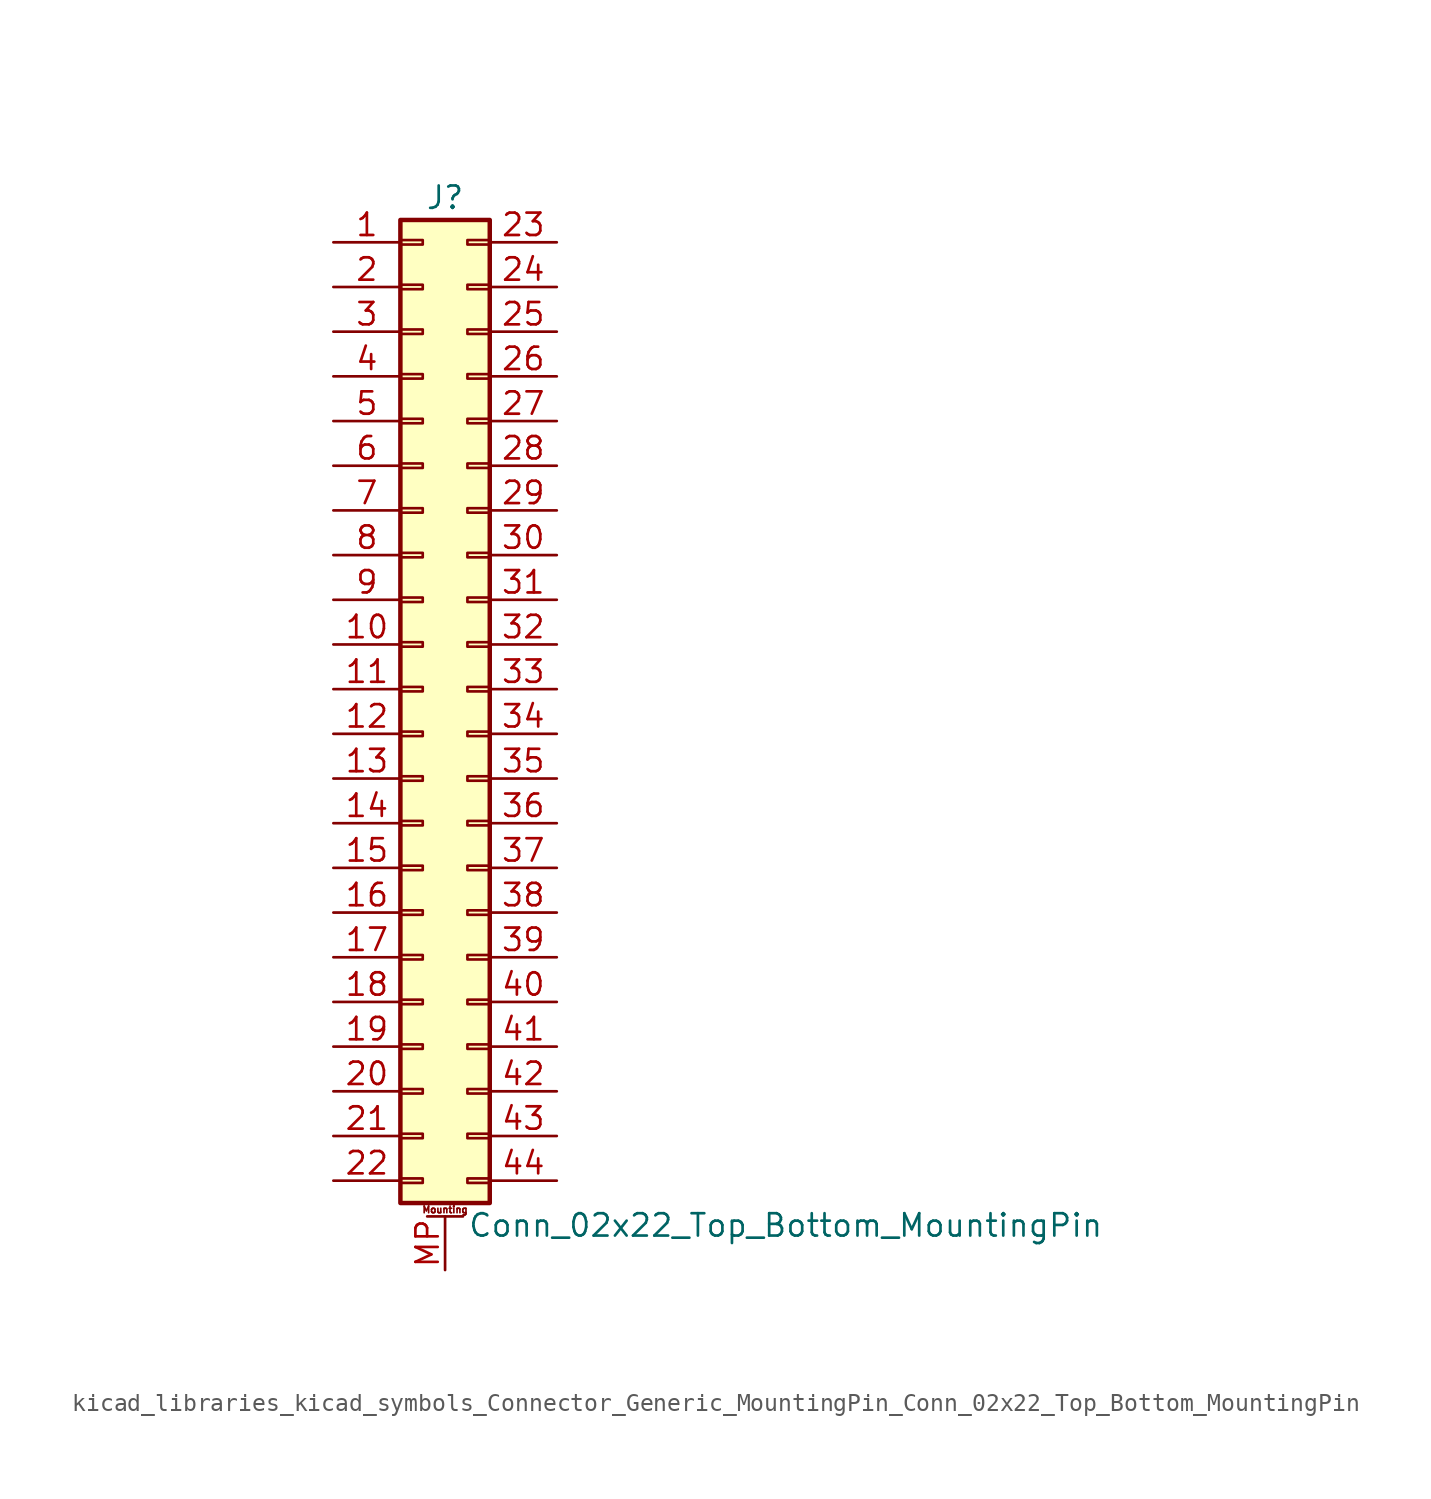
<source format=kicad_sym>
(kicad_symbol_lib
  (version 20220914)
  (generator kicad_symbol_editor)
  (symbol "kicad_libraries_kicad_symbols_Connector_Generic_MountingPin_Conn_02x22_Top_Bottom_MountingPin"
    (pin_names
      (offset 1.016) hide)
    (property "Reference" "J"
      (at 1.27 27.94 0)
      (effects (font (size 1.27 1.27))))
    (property "Value" "Conn_02x22_Top_Bottom_MountingPin"
      (at 2.54 -30.48 0)
      (effects (font (size 1.27 1.27)) (justify left)))
    (symbol "kicad_libraries_kicad_symbols_Connector_Generic_MountingPin_Conn_02x22_Top_Bottom_MountingPin_1_1"
      (rectangle (start -1.27 -27.813) (end 0 -28.067) (stroke (width 0.152) (type default)) (fill (type none)))
      (rectangle (start -1.27 -25.273) (end 0 -25.527) (stroke (width 0.152) (type default)) (fill (type none)))
      (rectangle (start -1.27 -22.733) (end 0 -22.987) (stroke (width 0.152) (type default)) (fill (type none)))
      (rectangle (start -1.27 -20.193) (end 0 -20.447) (stroke (width 0.152) (type default)) (fill (type none)))
      (rectangle (start -1.27 -17.653) (end 0 -17.907) (stroke (width 0.152) (type default)) (fill (type none)))
      (rectangle (start -1.27 -15.113) (end 0 -15.367) (stroke (width 0.152) (type default)) (fill (type none)))
      (rectangle (start -1.27 -12.573) (end 0 -12.827) (stroke (width 0.152) (type default)) (fill (type none)))
      (rectangle (start -1.27 -10.033) (end 0 -10.287) (stroke (width 0.152) (type default)) (fill (type none)))
      (rectangle (start -1.27 -7.493) (end 0 -7.747) (stroke (width 0.152) (type default)) (fill (type none)))
      (rectangle (start -1.27 -4.953) (end 0 -5.207) (stroke (width 0.152) (type default)) (fill (type none)))
      (rectangle (start -1.27 -2.413) (end 0 -2.667) (stroke (width 0.152) (type default)) (fill (type none)))
      (rectangle (start -1.27 0.127) (end 0 -0.127) (stroke (width 0.152) (type default)) (fill (type none)))
      (rectangle (start -1.27 2.667) (end 0 2.413) (stroke (width 0.152) (type default)) (fill (type none)))
      (rectangle (start -1.27 5.207) (end 0 4.953) (stroke (width 0.152) (type default)) (fill (type none)))
      (rectangle (start -1.27 7.747) (end 0 7.493) (stroke (width 0.152) (type default)) (fill (type none)))
      (rectangle (start -1.27 10.287) (end 0 10.033) (stroke (width 0.152) (type default)) (fill (type none)))
      (rectangle (start -1.27 12.827) (end 0 12.573) (stroke (width 0.152) (type default)) (fill (type none)))
      (rectangle (start -1.27 15.367) (end 0 15.113) (stroke (width 0.152) (type default)) (fill (type none)))
      (rectangle (start -1.27 17.907) (end 0 17.653) (stroke (width 0.152) (type default)) (fill (type none)))
      (rectangle (start -1.27 20.447) (end 0 20.193) (stroke (width 0.152) (type default)) (fill (type none)))
      (rectangle (start -1.27 22.987) (end 0 22.733) (stroke (width 0.152) (type default)) (fill (type none)))
      (rectangle (start -1.27 25.527) (end 0 25.273) (stroke (width 0.152) (type default)) (fill (type none)))
      (rectangle (start -1.27 26.67) (end 3.81 -29.21) (stroke (width 0.254) (type default)) (fill (type background)))
      (polyline (pts (xy 0.254 -29.972) (xy 2.286 -29.972)) (stroke (width 0.152) (type default)) (fill (type none)))
      (rectangle (start 3.81 -27.813) (end 2.54 -28.067) (stroke (width 0.152) (type default)) (fill (type none)))
      (rectangle (start 3.81 -25.273) (end 2.54 -25.527) (stroke (width 0.152) (type default)) (fill (type none)))
      (rectangle (start 3.81 -22.733) (end 2.54 -22.987) (stroke (width 0.152) (type default)) (fill (type none)))
      (rectangle (start 3.81 -20.193) (end 2.54 -20.447) (stroke (width 0.152) (type default)) (fill (type none)))
      (rectangle (start 3.81 -17.653) (end 2.54 -17.907) (stroke (width 0.152) (type default)) (fill (type none)))
      (rectangle (start 3.81 -15.113) (end 2.54 -15.367) (stroke (width 0.152) (type default)) (fill (type none)))
      (rectangle (start 3.81 -12.573) (end 2.54 -12.827) (stroke (width 0.152) (type default)) (fill (type none)))
      (rectangle (start 3.81 -10.033) (end 2.54 -10.287) (stroke (width 0.152) (type default)) (fill (type none)))
      (rectangle (start 3.81 -7.493) (end 2.54 -7.747) (stroke (width 0.152) (type default)) (fill (type none)))
      (rectangle (start 3.81 -4.953) (end 2.54 -5.207) (stroke (width 0.152) (type default)) (fill (type none)))
      (rectangle (start 3.81 -2.413) (end 2.54 -2.667) (stroke (width 0.152) (type default)) (fill (type none)))
      (rectangle (start 3.81 0.127) (end 2.54 -0.127) (stroke (width 0.152) (type default)) (fill (type none)))
      (rectangle (start 3.81 2.667) (end 2.54 2.413) (stroke (width 0.152) (type default)) (fill (type none)))
      (rectangle (start 3.81 5.207) (end 2.54 4.953) (stroke (width 0.152) (type default)) (fill (type none)))
      (rectangle (start 3.81 7.747) (end 2.54 7.493) (stroke (width 0.152) (type default)) (fill (type none)))
      (rectangle (start 3.81 10.287) (end 2.54 10.033) (stroke (width 0.152) (type default)) (fill (type none)))
      (rectangle (start 3.81 12.827) (end 2.54 12.573) (stroke (width 0.152) (type default)) (fill (type none)))
      (rectangle (start 3.81 15.367) (end 2.54 15.113) (stroke (width 0.152) (type default)) (fill (type none)))
      (rectangle (start 3.81 17.907) (end 2.54 17.653) (stroke (width 0.152) (type default)) (fill (type none)))
      (rectangle (start 3.81 20.447) (end 2.54 20.193) (stroke (width 0.152) (type default)) (fill (type none)))
      (rectangle (start 3.81 22.987) (end 2.54 22.733) (stroke (width 0.152) (type default)) (fill (type none)))
      (rectangle (start 3.81 25.527) (end 2.54 25.273) (stroke (width 0.152) (type default)) (fill (type none)))
      (text "Mounting" (at 1.27 -29.591 0) (effects (font (size 0.381 0.381))))
      (pin passive line (at -5.08 25.4 0) (length 3.81) (name "Pin_1" (effects (font (size 1.27 1.27)))) (number "1" (effects (font (size 1.27 1.27)))))
      (pin passive line (at -5.08 2.54 0) (length 3.81) (name "Pin_10" (effects (font (size 1.27 1.27)))) (number "10" (effects (font (size 1.27 1.27)))))
      (pin passive line (at -5.08 0 0) (length 3.81) (name "Pin_11" (effects (font (size 1.27 1.27)))) (number "11" (effects (font (size 1.27 1.27)))))
      (pin passive line (at -5.08 -2.54 0) (length 3.81) (name "Pin_12" (effects (font (size 1.27 1.27)))) (number "12" (effects (font (size 1.27 1.27)))))
      (pin passive line (at -5.08 -5.08 0) (length 3.81) (name "Pin_13" (effects (font (size 1.27 1.27)))) (number "13" (effects (font (size 1.27 1.27)))))
      (pin passive line (at -5.08 -7.62 0) (length 3.81) (name "Pin_14" (effects (font (size 1.27 1.27)))) (number "14" (effects (font (size 1.27 1.27)))))
      (pin passive line (at -5.08 -10.16 0) (length 3.81) (name "Pin_15" (effects (font (size 1.27 1.27)))) (number "15" (effects (font (size 1.27 1.27)))))
      (pin passive line (at -5.08 -12.7 0) (length 3.81) (name "Pin_16" (effects (font (size 1.27 1.27)))) (number "16" (effects (font (size 1.27 1.27)))))
      (pin passive line (at -5.08 -15.24 0) (length 3.81) (name "Pin_17" (effects (font (size 1.27 1.27)))) (number "17" (effects (font (size 1.27 1.27)))))
      (pin passive line (at -5.08 -17.78 0) (length 3.81) (name "Pin_18" (effects (font (size 1.27 1.27)))) (number "18" (effects (font (size 1.27 1.27)))))
      (pin passive line (at -5.08 -20.32 0) (length 3.81) (name "Pin_19" (effects (font (size 1.27 1.27)))) (number "19" (effects (font (size 1.27 1.27)))))
      (pin passive line (at -5.08 22.86 0) (length 3.81) (name "Pin_2" (effects (font (size 1.27 1.27)))) (number "2" (effects (font (size 1.27 1.27)))))
      (pin passive line (at -5.08 -22.86 0) (length 3.81) (name "Pin_20" (effects (font (size 1.27 1.27)))) (number "20" (effects (font (size 1.27 1.27)))))
      (pin passive line (at -5.08 -25.4 0) (length 3.81) (name "Pin_21" (effects (font (size 1.27 1.27)))) (number "21" (effects (font (size 1.27 1.27)))))
      (pin passive line (at -5.08 -27.94 0) (length 3.81) (name "Pin_22" (effects (font (size 1.27 1.27)))) (number "22" (effects (font (size 1.27 1.27)))))
      (pin passive line (at 7.62 25.4 180) (length 3.81) (name "Pin_23" (effects (font (size 1.27 1.27)))) (number "23" (effects (font (size 1.27 1.27)))))
      (pin passive line (at 7.62 22.86 180) (length 3.81) (name "Pin_24" (effects (font (size 1.27 1.27)))) (number "24" (effects (font (size 1.27 1.27)))))
      (pin passive line (at 7.62 20.32 180) (length 3.81) (name "Pin_25" (effects (font (size 1.27 1.27)))) (number "25" (effects (font (size 1.27 1.27)))))
      (pin passive line (at 7.62 17.78 180) (length 3.81) (name "Pin_26" (effects (font (size 1.27 1.27)))) (number "26" (effects (font (size 1.27 1.27)))))
      (pin passive line (at 7.62 15.24 180) (length 3.81) (name "Pin_27" (effects (font (size 1.27 1.27)))) (number "27" (effects (font (size 1.27 1.27)))))
      (pin passive line (at 7.62 12.7 180) (length 3.81) (name "Pin_28" (effects (font (size 1.27 1.27)))) (number "28" (effects (font (size 1.27 1.27)))))
      (pin passive line (at 7.62 10.16 180) (length 3.81) (name "Pin_29" (effects (font (size 1.27 1.27)))) (number "29" (effects (font (size 1.27 1.27)))))
      (pin passive line (at -5.08 20.32 0) (length 3.81) (name "Pin_3" (effects (font (size 1.27 1.27)))) (number "3" (effects (font (size 1.27 1.27)))))
      (pin passive line (at 7.62 7.62 180) (length 3.81) (name "Pin_30" (effects (font (size 1.27 1.27)))) (number "30" (effects (font (size 1.27 1.27)))))
      (pin passive line (at 7.62 5.08 180) (length 3.81) (name "Pin_31" (effects (font (size 1.27 1.27)))) (number "31" (effects (font (size 1.27 1.27)))))
      (pin passive line (at 7.62 2.54 180) (length 3.81) (name "Pin_32" (effects (font (size 1.27 1.27)))) (number "32" (effects (font (size 1.27 1.27)))))
      (pin passive line (at 7.62 0 180) (length 3.81) (name "Pin_33" (effects (font (size 1.27 1.27)))) (number "33" (effects (font (size 1.27 1.27)))))
      (pin passive line (at 7.62 -2.54 180) (length 3.81) (name "Pin_34" (effects (font (size 1.27 1.27)))) (number "34" (effects (font (size 1.27 1.27)))))
      (pin passive line (at 7.62 -5.08 180) (length 3.81) (name "Pin_35" (effects (font (size 1.27 1.27)))) (number "35" (effects (font (size 1.27 1.27)))))
      (pin passive line (at 7.62 -7.62 180) (length 3.81) (name "Pin_36" (effects (font (size 1.27 1.27)))) (number "36" (effects (font (size 1.27 1.27)))))
      (pin passive line (at 7.62 -10.16 180) (length 3.81) (name "Pin_37" (effects (font (size 1.27 1.27)))) (number "37" (effects (font (size 1.27 1.27)))))
      (pin passive line (at 7.62 -12.7 180) (length 3.81) (name "Pin_38" (effects (font (size 1.27 1.27)))) (number "38" (effects (font (size 1.27 1.27)))))
      (pin passive line (at 7.62 -15.24 180) (length 3.81) (name "Pin_39" (effects (font (size 1.27 1.27)))) (number "39" (effects (font (size 1.27 1.27)))))
      (pin passive line (at -5.08 17.78 0) (length 3.81) (name "Pin_4" (effects (font (size 1.27 1.27)))) (number "4" (effects (font (size 1.27 1.27)))))
      (pin passive line (at 7.62 -17.78 180) (length 3.81) (name "Pin_40" (effects (font (size 1.27 1.27)))) (number "40" (effects (font (size 1.27 1.27)))))
      (pin passive line (at 7.62 -20.32 180) (length 3.81) (name "Pin_41" (effects (font (size 1.27 1.27)))) (number "41" (effects (font (size 1.27 1.27)))))
      (pin passive line (at 7.62 -22.86 180) (length 3.81) (name "Pin_42" (effects (font (size 1.27 1.27)))) (number "42" (effects (font (size 1.27 1.27)))))
      (pin passive line (at 7.62 -25.4 180) (length 3.81) (name "Pin_43" (effects (font (size 1.27 1.27)))) (number "43" (effects (font (size 1.27 1.27)))))
      (pin passive line (at 7.62 -27.94 180) (length 3.81) (name "Pin_44" (effects (font (size 1.27 1.27)))) (number "44" (effects (font (size 1.27 1.27)))))
      (pin passive line (at -5.08 15.24 0) (length 3.81) (name "Pin_5" (effects (font (size 1.27 1.27)))) (number "5" (effects (font (size 1.27 1.27)))))
      (pin passive line (at -5.08 12.7 0) (length 3.81) (name "Pin_6" (effects (font (size 1.27 1.27)))) (number "6" (effects (font (size 1.27 1.27)))))
      (pin passive line (at -5.08 10.16 0) (length 3.81) (name "Pin_7" (effects (font (size 1.27 1.27)))) (number "7" (effects (font (size 1.27 1.27)))))
      (pin passive line (at -5.08 7.62 0) (length 3.81) (name "Pin_8" (effects (font (size 1.27 1.27)))) (number "8" (effects (font (size 1.27 1.27)))))
      (pin passive line (at -5.08 5.08 0) (length 3.81) (name "Pin_9" (effects (font (size 1.27 1.27)))) (number "9" (effects (font (size 1.27 1.27)))))
      (pin passive line (at 1.27 -33.02 90) (length 3.048) (name "MountPin" (effects (font (size 1.27 1.27)))) (number "MP" (effects (font (size 1.27 1.27))))))))
</source>
